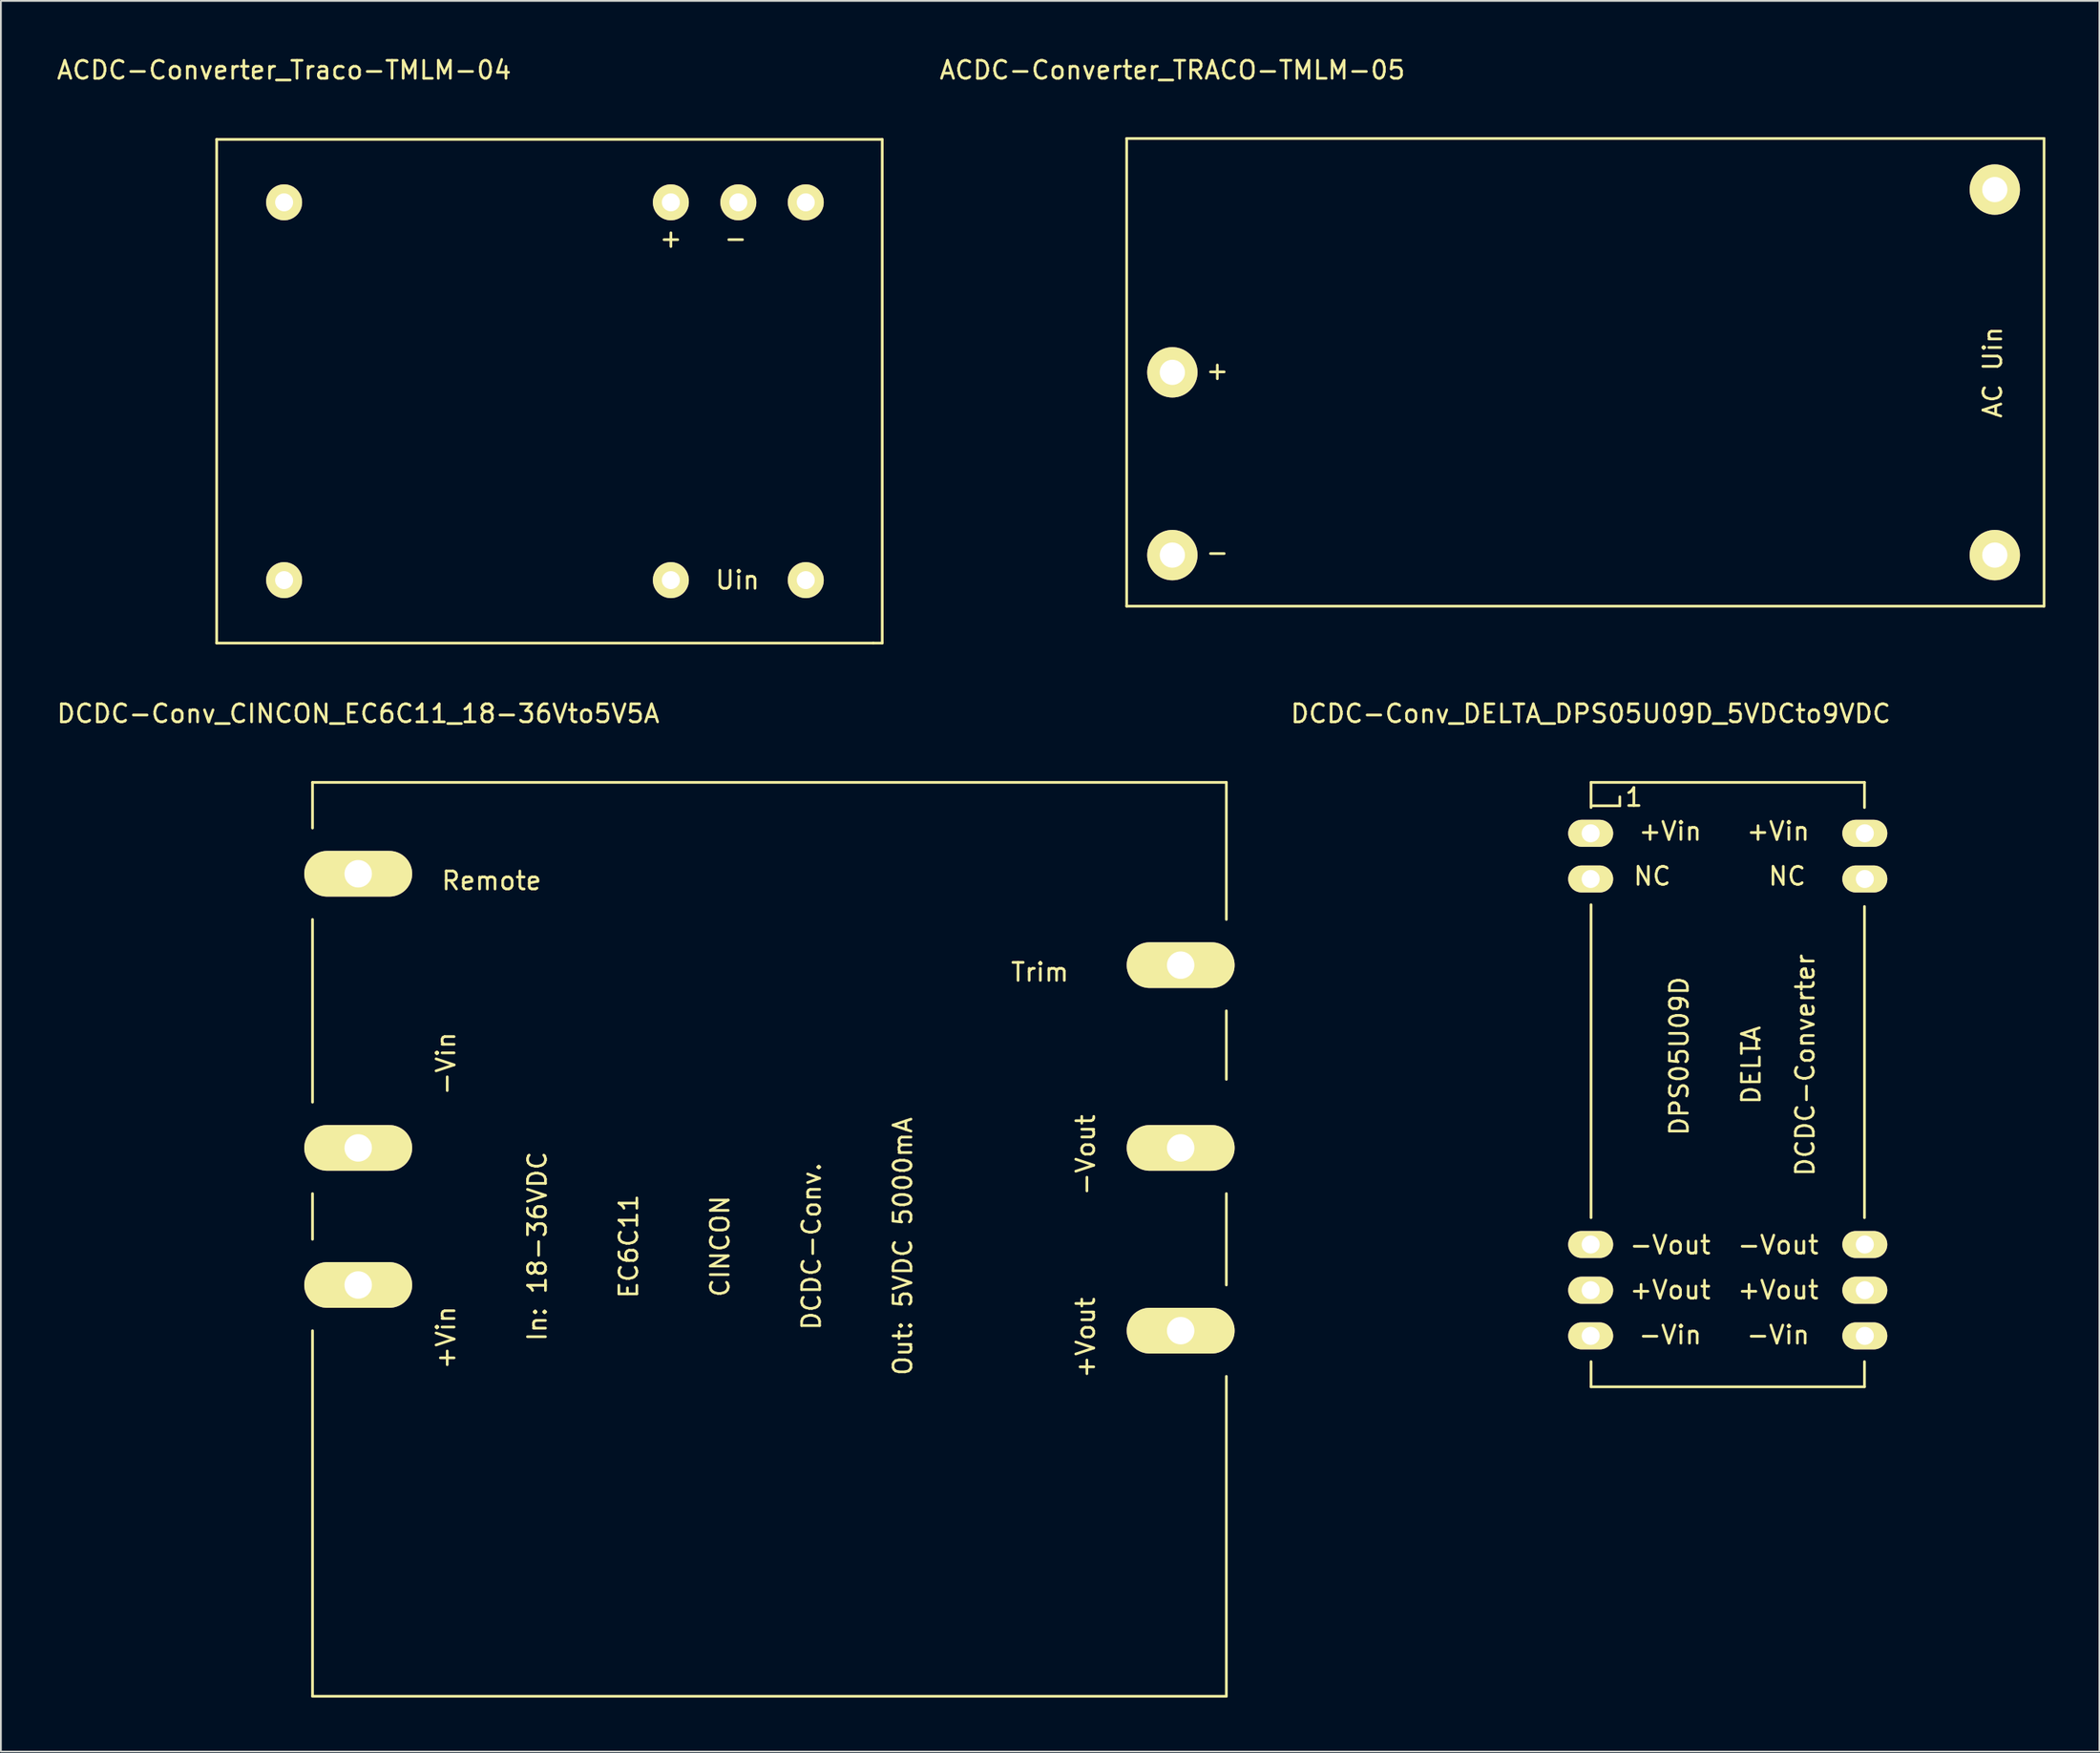
<source format=kicad_pcb>
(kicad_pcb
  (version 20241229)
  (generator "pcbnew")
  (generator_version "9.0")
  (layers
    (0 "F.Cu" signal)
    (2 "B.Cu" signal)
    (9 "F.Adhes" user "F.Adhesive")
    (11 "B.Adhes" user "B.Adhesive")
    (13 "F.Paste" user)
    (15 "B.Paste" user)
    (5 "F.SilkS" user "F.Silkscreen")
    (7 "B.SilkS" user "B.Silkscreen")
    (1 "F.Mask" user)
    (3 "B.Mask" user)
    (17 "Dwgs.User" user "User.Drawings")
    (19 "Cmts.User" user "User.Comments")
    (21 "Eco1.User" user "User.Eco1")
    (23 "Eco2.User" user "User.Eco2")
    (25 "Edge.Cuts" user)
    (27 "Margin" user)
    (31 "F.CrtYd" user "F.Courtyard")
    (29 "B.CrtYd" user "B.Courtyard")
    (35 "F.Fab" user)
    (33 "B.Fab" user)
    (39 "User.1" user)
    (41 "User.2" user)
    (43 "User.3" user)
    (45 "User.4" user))
  (footprint "ACDC-Converter_TRACO-TMLM-05"
    (layer "F.Cu")
    (at 62.121 17.648)
    (property "Reference" "ACDC-Converter_TRACO-TMLM-05" (at 0 -16.8 0) (layer "F.SilkS") (effects (font (size 1 1) (thickness 0.15))))
    (attr through_hole)
    (fp_line (start -2.54 -13) (end 48.458 -13) (stroke (width 0.15) (type solid)) (layer "F.SilkS"))
    (fp_line (start -2.54 13) (end -2.54 -13) (stroke (width 0.15) (type solid)) (layer "F.SilkS"))
    (fp_line (start 48.458 -13) (end 48.458 13) (stroke (width 0.15) (type solid)) (layer "F.SilkS"))
    (fp_line (start 48.458 13) (end -2.54 13) (stroke (width 0.15) (type solid)) (layer "F.SilkS"))
    (fp_text user "+" (at 2.5 -0.1 0) (layer "F.SilkS") (effects (font (size 1 1) (thickness 0.15))))
    (fp_text user "-" (at 2.5 10 0) (layer "F.SilkS") (effects (font (size 1 1) (thickness 0.15))))
    (fp_text user "AC Uin" (at 45.6 0 90) (layer "F.SilkS") (effects (font (size 1 1) (thickness 0.15))))
    (pad "1" thru_hole circle (at 0 0) (size 2.799 2.799) (drill 1.4) (layers "*.Cu" "*.Mask" "F.SilkS"))
    (pad "2" thru_hole circle (at 0 10.16) (size 2.799 2.799) (drill 1.4) (layers "*.Cu" "*.Mask" "F.SilkS"))
    (pad "3" thru_hole circle (at 45.72 10.16) (size 2.799 2.799) (drill 1.4) (layers "*.Cu" "*.Mask" "F.SilkS"))
    (pad "4" thru_hole circle (at 45.72 -10.16) (size 2.799 2.799) (drill 1.4) (layers "*.Cu" "*.Mask" "F.SilkS")))
  (footprint "DCDC-Conv_CINCON_EC6C11_18-36Vto5V5A"
    (layer "F.Cu")
    (at 16.863 45.522)
    (property "Reference" "DCDC-Conv_CINCON_EC6C11_18-36Vto5V5A" (at 0 -8.9 0) (layer "F.SilkS") (effects (font (size 1 1) (thickness 0.15))))
    (attr through_hole)
    (fp_line (start -2.54 -5.08) (end 48.26 -5.08) (stroke (width 0.15) (type solid)) (layer "F.SilkS"))
    (fp_line (start -2.54 -2.54) (end -2.54 -5.08) (stroke (width 0.15) (type solid)) (layer "F.SilkS"))
    (fp_line (start -2.54 12.7) (end -2.54 2.54) (stroke (width 0.15) (type solid)) (layer "F.SilkS"))
    (fp_line (start -2.54 20.32) (end -2.54 17.78) (stroke (width 0.15) (type solid)) (layer "F.SilkS"))
    (fp_line (start -2.54 45.72) (end -2.54 25.4) (stroke (width 0.15) (type solid)) (layer "F.SilkS"))
    (fp_line (start 48.26 2.54) (end 48.26 -5.08) (stroke (width 0.15) (type solid)) (layer "F.SilkS"))
    (fp_line (start 48.26 11.43) (end 48.26 7.62) (stroke (width 0.15) (type solid)) (layer "F.SilkS"))
    (fp_line (start 48.26 22.86) (end 48.26 17.78) (stroke (width 0.15) (type solid)) (layer "F.SilkS"))
    (fp_line (start 48.26 45.72) (end -2.54 45.72) (stroke (width 0.15) (type solid)) (layer "F.SilkS"))
    (fp_line (start 48.26 45.72) (end 48.26 27.94) (stroke (width 0.15) (type solid)) (layer "F.SilkS"))
    (fp_text user "Remote" (at 7.414 0.391 0) (layer "F.SilkS") (effects (font (size 1 1) (thickness 0.15))))
    (fp_text user "-Vin" (at 4.874 10.551 270) (layer "F.SilkS") (effects (font (size 1 1) (thickness 0.15))))
    (fp_text user "CINCON" (at 20.114 20.711 270) (layer "F.SilkS") (effects (font (size 1 1) (thickness 0.15))))
    (fp_text user "+Vin" (at 4.874 25.791 270) (layer "F.SilkS") (effects (font (size 1 1) (thickness 0.15))))
    (fp_text user "In: 18-36VDC" (at 9.954 20.711 270) (layer "F.SilkS") (effects (font (size 1 1) (thickness 0.15))))
    (fp_text user "-Vout" (at 40.434 15.631 270) (layer "F.SilkS") (effects (font (size 1 1) (thickness 0.15))))
    (fp_text user "DCDC-Conv." (at 25.194 20.711 270) (layer "F.SilkS") (effects (font (size 1 1) (thickness 0.15))))
    (fp_text user "Out: 5VDC 5000mA" (at 30.274 20.711 270) (layer "F.SilkS") (effects (font (size 1 1) (thickness 0.15))))
    (fp_text user "+Vout" (at 40.434 25.791 270) (layer "F.SilkS") (effects (font (size 1 1) (thickness 0.15))))
    (fp_text user "Trim" (at 37.894 5.471 0) (layer "F.SilkS") (effects (font (size 1 1) (thickness 0.15))))
    (fp_text user "EC6C11" (at 15.034 20.711 270) (layer "F.SilkS") (effects (font (size 1 1) (thickness 0.15))))
    (pad "1" thru_hole oval (at 0 0) (size 5.999 2.54) (drill 1.524) (layers "*.Cu" "*.Mask" "F.SilkS"))
    (pad "3" thru_hole oval (at 0 15.24) (size 5.999 2.54) (drill 1.524) (layers "*.Cu" "*.Mask" "F.SilkS"))
    (pad "4" thru_hole oval (at 0 22.86) (size 5.999 2.54) (drill 1.524) (layers "*.Cu" "*.Mask" "F.SilkS"))
    (pad "5" thru_hole oval (at 45.72 5.08) (size 5.999 2.54) (drill 1.524) (layers "*.Cu" "*.Mask" "F.SilkS"))
    (pad "6" thru_hole oval (at 45.72 15.24) (size 5.999 2.54) (drill 1.524) (layers "*.Cu" "*.Mask" "F.SilkS"))
    (pad "7" thru_hole oval (at 45.72 25.4) (size 5.999 2.54) (drill 1.524) (layers "*.Cu" "*.Mask" "F.SilkS")))
  (footprint "ACDC-Converter_Traco-TMLM-04"
    (layer "F.Cu")
    (at 12.744 8.198)
    (property "Reference" "ACDC-Converter_Traco-TMLM-04" (at 0 -7.35 0) (layer "F.SilkS") (effects (font (size 1 1) (thickness 0.15))))
    (attr through_hole)
    (fp_line (start -3.749 -3.5) (end -3.749 24.501) (stroke (width 0.15) (type solid)) (layer "F.SilkS"))
    (fp_line (start -3.749 24.501) (end 32.751 24.501) (stroke (width 0.15) (type solid)) (layer "F.SilkS"))
    (fp_line (start 32.751 24.501) (end 33.249 24.501) (stroke (width 0.15) (type solid)) (layer "F.SilkS"))
    (fp_line (start 33.249 -3.5) (end -3.749 -3.5) (stroke (width 0.15) (type solid)) (layer "F.SilkS"))
    (fp_line (start 33.249 24.501) (end 33.249 -3.5) (stroke (width 0.15) (type solid)) (layer "F.SilkS"))
    (fp_text user "-" (at 25.1 2 0) (layer "F.SilkS") (effects (font (size 1 1) (thickness 0.15))))
    (fp_text user "Uin" (at 25.2 21 0) (layer "F.SilkS") (effects (font (size 1 1) (thickness 0.15))))
    (fp_text user "+" (at 21.5 2 0) (layer "F.SilkS") (effects (font (size 1 1) (thickness 0.15))))
    (pad "1" thru_hole circle (at 0 0) (size 1.999 1.999) (drill 1.001) (layers "*.Cu" "*.Mask" "F.SilkS"))
    (pad "2" thru_hole circle (at 21.499 0) (size 1.999 1.999) (drill 1.001) (layers "*.Cu" "*.Mask" "F.SilkS"))
    (pad "3" thru_hole circle (at 25.25 0) (size 1.999 1.999) (drill 1.001) (layers "*.Cu" "*.Mask" "F.SilkS"))
    (pad "4" thru_hole circle (at 28.999 0) (size 1.999 1.999) (drill 1.001) (layers "*.Cu" "*.Mask" "F.SilkS"))
    (pad "5" thru_hole circle (at 28.999 21.001) (size 1.999 1.999) (drill 1.001) (layers "*.Cu" "*.Mask" "F.SilkS"))
    (pad "6" thru_hole circle (at 21.499 21.001) (size 1.999 1.999) (drill 1.001) (layers "*.Cu" "*.Mask" "F.SilkS"))
    (pad "7" thru_hole circle (at 0 21.001) (size 1.999 1.999) (drill 1.001) (layers "*.Cu" "*.Mask" "F.SilkS")))
  (footprint "DCDC-Conv_DELTA_DPS05U09D_5VDCto9VDC"
    (layer "F.Cu")
    (at 85.375 43.272)
    (property "Reference" "DCDC-Conv_DELTA_DPS05U09D_5VDCto9VDC" (at 0 -6.65 0) (layer "F.SilkS") (effects (font (size 1 1) (thickness 0.15))))
    (attr through_hole)
    (fp_line (start 0.02 -1.43) (end 0.02 -2.83) (stroke (width 0.15) (type solid)) (layer "F.SilkS"))
    (fp_line (start 0.02 21.369) (end 0.02 3.97) (stroke (width 0.15) (type solid)) (layer "F.SilkS"))
    (fp_line (start 0.02 30.77) (end 0.02 29.37) (stroke (width 0.15) (type solid)) (layer "F.SilkS"))
    (fp_line (start 0.02 30.77) (end 15.22 30.77) (stroke (width 0.15) (type solid)) (layer "F.SilkS"))
    (fp_line (start 1.621 -2.03) (end 1.621 -1.529) (stroke (width 0.15) (type solid)) (layer "F.SilkS"))
    (fp_line (start 1.621 -1.529) (end 0.119 -1.529) (stroke (width 0.15) (type solid)) (layer "F.SilkS"))
    (fp_line (start 9.221 11.47) (end 9.221 11.97) (stroke (width 0.15) (type solid)) (layer "F.SilkS"))
    (fp_line (start 15.22 -2.83) (end 0.02 -2.83) (stroke (width 0.15) (type solid)) (layer "F.SilkS"))
    (fp_line (start 15.22 -2.83) (end 15.22 -1.43) (stroke (width 0.15) (type solid)) (layer "F.SilkS"))
    (fp_line (start 15.22 4.069) (end 15.22 21.369) (stroke (width 0.15) (type solid)) (layer "F.SilkS"))
    (fp_line (start 15.22 29.37) (end 15.22 30.77) (stroke (width 0.15) (type solid)) (layer "F.SilkS"))
    (fp_text user "DELTA" (at 8.922 12.885 270) (layer "F.SilkS") (effects (font (size 1 1) (thickness 0.15))))
    (fp_text user "+Vin" (at 4.421 -0.115 0) (layer "F.SilkS") (effects (font (size 1 1) (thickness 0.15))))
    (fp_text user "+Vout" (at 4.421 25.387 0) (layer "F.SilkS") (effects (font (size 1 1) (thickness 0.15))))
    (fp_text user "1" (at 2.4 -2 0) (layer "F.SilkS") (effects (font (size 1 1) (thickness 0.15))))
    (fp_text user "DPS05U09D" (at 4.921 12.385 270) (layer "F.SilkS") (effects (font (size 1 1) (thickness 0.15))))
    (fp_text user "+Vout" (at 10.421 25.387 0) (layer "F.SilkS") (effects (font (size 1 1) (thickness 0.15))))
    (fp_text user "-Vout" (at 4.421 22.885 0) (layer "F.SilkS") (effects (font (size 1 1) (thickness 0.15))))
    (fp_text user "DCDC-Converter" (at 11.922 12.885 270) (layer "F.SilkS") (effects (font (size 1 1) (thickness 0.15))))
    (fp_text user "NC" (at 10.921 2.385 0) (layer "F.SilkS") (effects (font (size 1 1) (thickness 0.15))))
    (fp_text user "-Vout" (at 10.421 22.885 0) (layer "F.SilkS") (effects (font (size 1 1) (thickness 0.15))))
    (fp_text user "NC" (at 3.42 2.385 0) (layer "F.SilkS") (effects (font (size 1 1) (thickness 0.15))))
    (fp_text user "-Vin" (at 4.421 27.886 0) (layer "F.SilkS") (effects (font (size 1 1) (thickness 0.15))))
    (fp_text user "+Vin" (at 10.421 -0.115 0) (layer "F.SilkS") (effects (font (size 1 1) (thickness 0.15))))
    (fp_text user "-Vin" (at 10.421 27.886 0) (layer "F.SilkS") (effects (font (size 1 1) (thickness 0.15))))
    (pad "1" thru_hole oval (at 0 0) (size 2.499 1.501) (drill 1.001) (layers "*.Cu" "*.Mask" "F.SilkS"))
    (pad "2" thru_hole oval (at 0 2.54) (size 2.499 1.501) (drill 1.001) (layers "*.Cu" "*.Mask" "F.SilkS"))
    (pad "10" thru_hole oval (at 0 22.86) (size 2.499 1.501) (drill 1.001) (layers "*.Cu" "*.Mask" "F.SilkS"))
    (pad "11" thru_hole oval (at 0 25.4) (size 2.499 1.501) (drill 1.001) (layers "*.Cu" "*.Mask" "F.SilkS"))
    (pad "12" thru_hole oval (at 0 27.94) (size 2.499 1.501) (drill 1.001) (layers "*.Cu" "*.Mask" "F.SilkS"))
    (pad "13" thru_hole oval (at 15.24 27.94) (size 2.499 1.501) (drill 1.001) (layers "*.Cu" "*.Mask" "F.SilkS"))
    (pad "14" thru_hole oval (at 15.24 25.4) (size 2.499 1.501) (drill 1.001) (layers "*.Cu" "*.Mask" "F.SilkS"))
    (pad "15" thru_hole oval (at 15.24 22.86) (size 2.499 1.501) (drill 1.001) (layers "*.Cu" "*.Mask" "F.SilkS"))
    (pad "23" thru_hole oval (at 15.24 2.54) (size 2.499 1.501) (drill 1.001) (layers "*.Cu" "*.Mask" "F.SilkS"))
    (pad "24" thru_hole oval (at 15.24 0) (size 2.499 1.501) (drill 1.001) (layers "*.Cu" "*.Mask" "F.SilkS")))
  (gr_rect
    (start -3 -3)
    (end 113.654 94.317)
    (stroke (width 0.1) (type default))
    (fill no)
    (layer "Edge.Cuts")))
</source>
